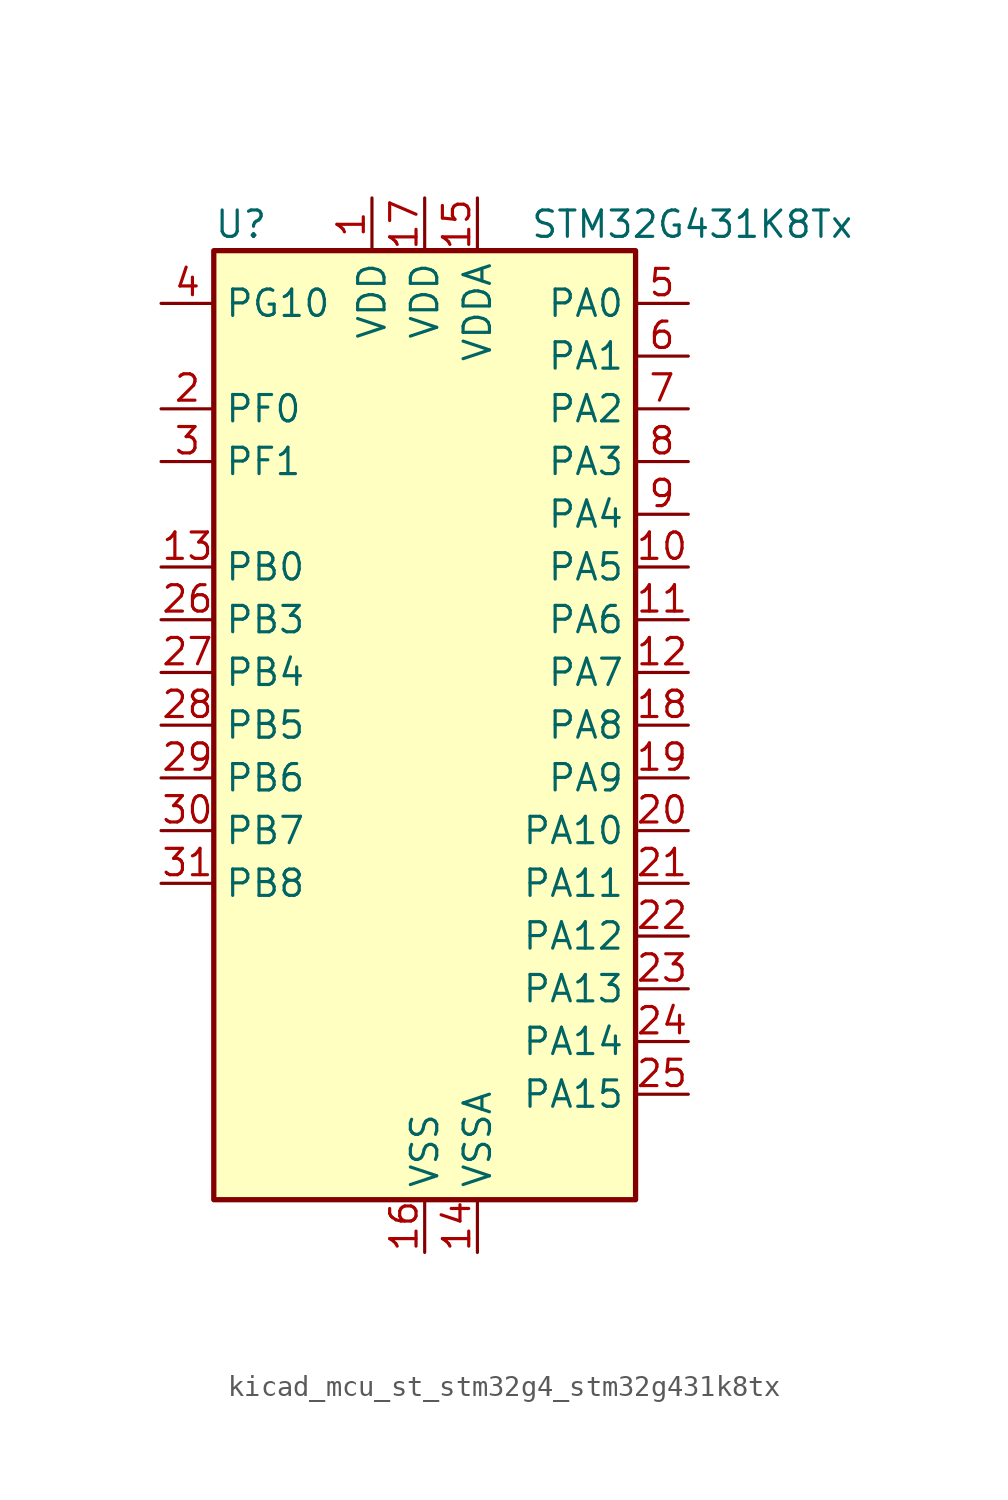
<source format=kicad_sym>
(kicad_symbol_lib
  (version 20220914)
  (generator kicad_symbol_editor)
  (symbol "kicad_mcu_st_stm32g4_stm32g431k8tx"
    (property "Reference" "U"
      (at -10.16 24.13 0)
      (effects (font (size 1.27 1.27)) (justify left)))
    (property "Value" "STM32G431K8Tx"
      (at 5.08 24.13 0)
      (effects (font (size 1.27 1.27)) (justify left)))
    (property "ki_locked" ""
      (at 0 0 0)
      (effects (font (size 1.27 1.27))))
    (symbol "kicad_mcu_st_stm32g4_stm32g431k8tx_0_1"
      (rectangle (start -10.16 -22.86) (end 10.16 22.86) (stroke (width 0.254) (type default)) (fill (type background))))
    (symbol "kicad_mcu_st_stm32g4_stm32g431k8tx_1_1"
      (pin power_in line (at -2.54 25.4 270) (length 2.54) (name "VDD" (effects (font (size 1.27 1.27)))) (number "1" (effects (font (size 1.27 1.27)))))
      (pin bidirectional line (at 12.7 7.62 180) (length 2.54) (name "PA5" (effects (font (size 1.27 1.27)))) (number "10" (effects (font (size 1.27 1.27)))) (alternate "ADC2_IN13" bidirectional line) (alternate "COMP2_INM" bidirectional line) (alternate "DAC1_OUT2" bidirectional line) (alternate "OPAMP2_VINM" bidirectional line) (alternate "OPAMP2_VINM0" bidirectional line) (alternate "OPAMP2_VINM_SEC" bidirectional line) (alternate "SPI1_SCK" bidirectional line) (alternate "TIM2_CH1" bidirectional line) (alternate "TIM2_ETR" bidirectional line) (alternate "UCPD1_FRSTX1" bidirectional line) (alternate "UCPD1_FRSTX2" bidirectional line))
      (pin bidirectional line (at 12.7 5.08 180) (length 2.54) (name "PA6" (effects (font (size 1.27 1.27)))) (number "11" (effects (font (size 1.27 1.27)))) (alternate "ADC2_IN3" bidirectional line) (alternate "COMP1_OUT" bidirectional line) (alternate "LPUART1_CTS" bidirectional line) (alternate "OPAMP2_VOUT" bidirectional line) (alternate "SPI1_MISO" bidirectional line) (alternate "TIM16_CH1" bidirectional line) (alternate "TIM1_BKIN" bidirectional line) (alternate "TIM3_CH1" bidirectional line) (alternate "TIM8_BKIN" bidirectional line))
      (pin bidirectional line (at 12.7 2.54 180) (length 2.54) (name "PA7" (effects (font (size 1.27 1.27)))) (number "12" (effects (font (size 1.27 1.27)))) (alternate "ADC2_IN4" bidirectional line) (alternate "COMP2_INP" bidirectional line) (alternate "COMP2_OUT" bidirectional line) (alternate "OPAMP1_VINP" bidirectional line) (alternate "OPAMP1_VINP_SEC" bidirectional line) (alternate "OPAMP2_VINP" bidirectional line) (alternate "OPAMP2_VINP_SEC" bidirectional line) (alternate "SPI1_MOSI" bidirectional line) (alternate "TIM17_CH1" bidirectional line) (alternate "TIM1_CH1N" bidirectional line) (alternate "TIM3_CH2" bidirectional line) (alternate "TIM8_CH1N" bidirectional line) (alternate "UCPD1_FRSTX1" bidirectional line) (alternate "UCPD1_FRSTX2" bidirectional line))
      (pin bidirectional line (at -12.7 7.62 0) (length 2.54) (name "PB0" (effects (font (size 1.27 1.27)))) (number "13" (effects (font (size 1.27 1.27)))) (alternate "ADC1_IN15" bidirectional line) (alternate "COMP4_INP" bidirectional line) (alternate "OPAMP2_VINP" bidirectional line) (alternate "OPAMP2_VINP_SEC" bidirectional line) (alternate "OPAMP3_VINP" bidirectional line) (alternate "OPAMP3_VINP_SEC" bidirectional line) (alternate "TIM1_CH2N" bidirectional line) (alternate "TIM3_CH3" bidirectional line) (alternate "TIM8_CH2N" bidirectional line) (alternate "UCPD1_FRSTX1" bidirectional line) (alternate "UCPD1_FRSTX2" bidirectional line))
      (pin power_in line (at 2.54 -25.4 90) (length 2.54) (name "VSSA" (effects (font (size 1.27 1.27)))) (number "14" (effects (font (size 1.27 1.27)))))
      (pin power_in line (at 2.54 25.4 270) (length 2.54) (name "VDDA" (effects (font (size 1.27 1.27)))) (number "15" (effects (font (size 1.27 1.27)))))
      (pin power_in line (at 0 -25.4 90) (length 2.54) (name "VSS" (effects (font (size 1.27 1.27)))) (number "16" (effects (font (size 1.27 1.27)))))
      (pin power_in line (at 0 25.4 270) (length 2.54) (name "VDD" (effects (font (size 1.27 1.27)))) (number "17" (effects (font (size 1.27 1.27)))))
      (pin bidirectional line (at 12.7 0 180) (length 2.54) (name "PA8" (effects (font (size 1.27 1.27)))) (number "18" (effects (font (size 1.27 1.27)))) (alternate "I2C2_SDA" bidirectional line) (alternate "I2C3_SCL" bidirectional line) (alternate "I2S2_MCK" bidirectional line) (alternate "RCC_MCO" bidirectional line) (alternate "SAI1_CK2" bidirectional line) (alternate "SAI1_SCK_A" bidirectional line) (alternate "TIM1_CH1" bidirectional line) (alternate "TIM4_ETR" bidirectional line) (alternate "USART1_CK" bidirectional line))
      (pin bidirectional line (at 12.7 -2.54 180) (length 2.54) (name "PA9" (effects (font (size 1.27 1.27)))) (number "19" (effects (font (size 1.27 1.27)))) (alternate "DAC1_EXTI9" bidirectional line) (alternate "DAC3_EXTI9" bidirectional line) (alternate "I2C2_SCL" bidirectional line) (alternate "I2C3_SMBA" bidirectional line) (alternate "I2S3_MCK" bidirectional line) (alternate "SAI1_FS_A" bidirectional line) (alternate "TIM15_BKIN" bidirectional line) (alternate "TIM1_CH2" bidirectional line) (alternate "TIM2_CH3" bidirectional line) (alternate "UCPD1_DBCC1" bidirectional line) (alternate "USART1_TX" bidirectional line))
      (pin bidirectional line (at -12.7 15.24 0) (length 2.54) (name "PF0" (effects (font (size 1.27 1.27)))) (number "2" (effects (font (size 1.27 1.27)))) (alternate "ADC1_IN10" bidirectional line) (alternate "I2C2_SDA" bidirectional line) (alternate "I2S2_WS" bidirectional line) (alternate "RCC_OSC_IN" bidirectional line) (alternate "SPI2_NSS" bidirectional line) (alternate "TIM1_CH3N" bidirectional line))
      (pin bidirectional line (at 12.7 -5.08 180) (length 2.54) (name "PA10" (effects (font (size 1.27 1.27)))) (number "20" (effects (font (size 1.27 1.27)))) (alternate "CRS_SYNC" bidirectional line) (alternate "DAC1_EXTI10" bidirectional line) (alternate "DAC3_EXTI10" bidirectional line) (alternate "I2C2_SMBA" bidirectional line) (alternate "SAI1_D1" bidirectional line) (alternate "SAI1_SD_A" bidirectional line) (alternate "SPI2_MISO" bidirectional line) (alternate "TIM17_BKIN" bidirectional line) (alternate "TIM1_CH3" bidirectional line) (alternate "TIM2_CH4" bidirectional line) (alternate "TIM8_BKIN" bidirectional line) (alternate "UCPD1_DBCC2" bidirectional line) (alternate "USART1_RX" bidirectional line))
      (pin bidirectional line (at 12.7 -7.62 180) (length 2.54) (name "PA11" (effects (font (size 1.27 1.27)))) (number "21" (effects (font (size 1.27 1.27)))) (alternate "ADC1_EXTI11" bidirectional line) (alternate "ADC2_EXTI11" bidirectional line) (alternate "COMP1_OUT" bidirectional line) (alternate "FDCAN1_RX" bidirectional line) (alternate "I2S2_SD" bidirectional line) (alternate "SPI2_MOSI" bidirectional line) (alternate "TIM1_BKIN2" bidirectional line) (alternate "TIM1_CH1N" bidirectional line) (alternate "TIM1_CH4" bidirectional line) (alternate "TIM4_CH1" bidirectional line) (alternate "USART1_CTS" bidirectional line) (alternate "USART1_NSS" bidirectional line) (alternate "USB_DM" bidirectional line))
      (pin bidirectional line (at 12.7 -10.16 180) (length 2.54) (name "PA12" (effects (font (size 1.27 1.27)))) (number "22" (effects (font (size 1.27 1.27)))) (alternate "COMP2_OUT" bidirectional line) (alternate "FDCAN1_TX" bidirectional line) (alternate "I2S_CKIN" bidirectional line) (alternate "TIM16_CH1" bidirectional line) (alternate "TIM1_CH2N" bidirectional line) (alternate "TIM1_ETR" bidirectional line) (alternate "TIM4_CH2" bidirectional line) (alternate "USART1_DE" bidirectional line) (alternate "USART1_RTS" bidirectional line) (alternate "USB_DP" bidirectional line))
      (pin bidirectional line (at 12.7 -12.7 180) (length 2.54) (name "PA13" (effects (font (size 1.27 1.27)))) (number "23" (effects (font (size 1.27 1.27)))) (alternate "I2C1_SCL" bidirectional line) (alternate "IR_OUT" bidirectional line) (alternate "SAI1_SD_B" bidirectional line) (alternate "SYS_JTMS-SWDIO" bidirectional line) (alternate "TIM16_CH1N" bidirectional line) (alternate "TIM4_CH3" bidirectional line))
      (pin bidirectional line (at 12.7 -15.24 180) (length 2.54) (name "PA14" (effects (font (size 1.27 1.27)))) (number "24" (effects (font (size 1.27 1.27)))) (alternate "I2C1_SDA" bidirectional line) (alternate "LPTIM1_OUT" bidirectional line) (alternate "SAI1_FS_B" bidirectional line) (alternate "SYS_JTCK-SWCLK" bidirectional line) (alternate "TIM1_BKIN" bidirectional line) (alternate "TIM8_CH2" bidirectional line) (alternate "USART2_TX" bidirectional line))
      (pin bidirectional line (at 12.7 -17.78 180) (length 2.54) (name "PA15" (effects (font (size 1.27 1.27)))) (number "25" (effects (font (size 1.27 1.27)))) (alternate "ADC1_EXTI15" bidirectional line) (alternate "ADC2_EXTI15" bidirectional line) (alternate "I2C1_SCL" bidirectional line) (alternate "I2S3_WS" bidirectional line) (alternate "SPI1_NSS" bidirectional line) (alternate "SPI3_NSS" bidirectional line) (alternate "SYS_JTDI" bidirectional line) (alternate "TIM1_BKIN" bidirectional line) (alternate "TIM2_CH1" bidirectional line) (alternate "TIM2_ETR" bidirectional line) (alternate "TIM8_CH1" bidirectional line) (alternate "USART2_RX" bidirectional line))
      (pin bidirectional line (at -12.7 5.08 0) (length 2.54) (name "PB3" (effects (font (size 1.27 1.27)))) (number "26" (effects (font (size 1.27 1.27)))) (alternate "CRS_SYNC" bidirectional line) (alternate "I2S3_CK" bidirectional line) (alternate "SAI1_SCK_B" bidirectional line) (alternate "SPI1_SCK" bidirectional line) (alternate "SPI3_SCK" bidirectional line) (alternate "SYS_JTDO-SWO" bidirectional line) (alternate "TIM2_CH2" bidirectional line) (alternate "TIM3_ETR" bidirectional line) (alternate "TIM4_ETR" bidirectional line) (alternate "TIM8_CH1N" bidirectional line) (alternate "USART2_TX" bidirectional line))
      (pin bidirectional line (at -12.7 2.54 0) (length 2.54) (name "PB4" (effects (font (size 1.27 1.27)))) (number "27" (effects (font (size 1.27 1.27)))) (alternate "SAI1_MCLK_B" bidirectional line) (alternate "SPI1_MISO" bidirectional line) (alternate "SPI3_MISO" bidirectional line) (alternate "SYS_JTRST" bidirectional line) (alternate "TIM16_CH1" bidirectional line) (alternate "TIM17_BKIN" bidirectional line) (alternate "TIM3_CH1" bidirectional line) (alternate "TIM8_CH2N" bidirectional line) (alternate "UCPD1_CC2" bidirectional line) (alternate "USART2_RX" bidirectional line))
      (pin bidirectional line (at -12.7 0 0) (length 2.54) (name "PB5" (effects (font (size 1.27 1.27)))) (number "28" (effects (font (size 1.27 1.27)))) (alternate "I2C1_SMBA" bidirectional line) (alternate "I2C3_SDA" bidirectional line) (alternate "I2S3_SD" bidirectional line) (alternate "LPTIM1_IN1" bidirectional line) (alternate "SAI1_SD_B" bidirectional line) (alternate "SPI1_MOSI" bidirectional line) (alternate "SPI3_MOSI" bidirectional line) (alternate "TIM16_BKIN" bidirectional line) (alternate "TIM17_CH1" bidirectional line) (alternate "TIM3_CH2" bidirectional line) (alternate "TIM8_CH3N" bidirectional line) (alternate "USART2_CK" bidirectional line))
      (pin bidirectional line (at -12.7 -2.54 0) (length 2.54) (name "PB6" (effects (font (size 1.27 1.27)))) (number "29" (effects (font (size 1.27 1.27)))) (alternate "COMP4_OUT" bidirectional line) (alternate "LPTIM1_ETR" bidirectional line) (alternate "SAI1_FS_B" bidirectional line) (alternate "TIM16_CH1N" bidirectional line) (alternate "TIM4_CH1" bidirectional line) (alternate "TIM8_BKIN2" bidirectional line) (alternate "TIM8_CH1" bidirectional line) (alternate "TIM8_ETR" bidirectional line) (alternate "UCPD1_CC1" bidirectional line) (alternate "USART1_TX" bidirectional line))
      (pin bidirectional line (at -12.7 12.7 0) (length 2.54) (name "PF1" (effects (font (size 1.27 1.27)))) (number "3" (effects (font (size 1.27 1.27)))) (alternate "ADC2_IN10" bidirectional line) (alternate "COMP3_INM" bidirectional line) (alternate "I2S2_CK" bidirectional line) (alternate "RCC_OSC_OUT" bidirectional line) (alternate "SPI2_SCK" bidirectional line))
      (pin bidirectional line (at -12.7 -5.08 0) (length 2.54) (name "PB7" (effects (font (size 1.27 1.27)))) (number "30" (effects (font (size 1.27 1.27)))) (alternate "COMP3_OUT" bidirectional line) (alternate "I2C1_SDA" bidirectional line) (alternate "LPTIM1_IN2" bidirectional line) (alternate "SYS_PVD_IN" bidirectional line) (alternate "TIM17_CH1N" bidirectional line) (alternate "TIM3_CH4" bidirectional line) (alternate "TIM4_CH2" bidirectional line) (alternate "TIM8_BKIN" bidirectional line) (alternate "USART1_RX" bidirectional line))
      (pin bidirectional line (at -12.7 -7.62 0) (length 2.54) (name "PB8" (effects (font (size 1.27 1.27)))) (number "31" (effects (font (size 1.27 1.27)))) (alternate "COMP1_OUT" bidirectional line) (alternate "FDCAN1_RX" bidirectional line) (alternate "I2C1_SCL" bidirectional line) (alternate "SAI1_CK1" bidirectional line) (alternate "SAI1_MCLK_A" bidirectional line) (alternate "TIM16_CH1" bidirectional line) (alternate "TIM1_BKIN" bidirectional line) (alternate "TIM4_CH3" bidirectional line) (alternate "TIM8_CH2" bidirectional line))
      (pin passive line (at 0 -25.4 90) (length 2.54) hide (name "VSS" (effects (font (size 1.27 1.27)))) (number "32" (effects (font (size 1.27 1.27)))))
      (pin bidirectional line (at -12.7 20.32 0) (length 2.54) (name "PG10" (effects (font (size 1.27 1.27)))) (number "4" (effects (font (size 1.27 1.27)))) (alternate "DAC1_EXTI10" bidirectional line) (alternate "DAC3_EXTI10" bidirectional line) (alternate "RCC_MCO" bidirectional line))
      (pin bidirectional line (at 12.7 20.32 180) (length 2.54) (name "PA0" (effects (font (size 1.27 1.27)))) (number "5" (effects (font (size 1.27 1.27)))) (alternate "ADC1_IN1" bidirectional line) (alternate "ADC2_IN1" bidirectional line) (alternate "COMP1_INM" bidirectional line) (alternate "COMP1_OUT" bidirectional line) (alternate "COMP3_INP" bidirectional line) (alternate "RTC_TAMP2" bidirectional line) (alternate "SYS_WKUP1" bidirectional line) (alternate "TIM2_CH1" bidirectional line) (alternate "TIM2_ETR" bidirectional line) (alternate "TIM8_BKIN" bidirectional line) (alternate "TIM8_ETR" bidirectional line) (alternate "USART2_CTS" bidirectional line) (alternate "USART2_NSS" bidirectional line))
      (pin bidirectional line (at 12.7 17.78 180) (length 2.54) (name "PA1" (effects (font (size 1.27 1.27)))) (number "6" (effects (font (size 1.27 1.27)))) (alternate "ADC1_IN2" bidirectional line) (alternate "ADC2_IN2" bidirectional line) (alternate "COMP1_INP" bidirectional line) (alternate "OPAMP1_VINP" bidirectional line) (alternate "OPAMP1_VINP_SEC" bidirectional line) (alternate "OPAMP3_VINP" bidirectional line) (alternate "OPAMP3_VINP_SEC" bidirectional line) (alternate "RTC_REFIN" bidirectional line) (alternate "TIM15_CH1N" bidirectional line) (alternate "TIM2_CH2" bidirectional line) (alternate "USART2_DE" bidirectional line) (alternate "USART2_RTS" bidirectional line))
      (pin bidirectional line (at 12.7 15.24 180) (length 2.54) (name "PA2" (effects (font (size 1.27 1.27)))) (number "7" (effects (font (size 1.27 1.27)))) (alternate "ADC1_IN3" bidirectional line) (alternate "COMP2_INM" bidirectional line) (alternate "COMP2_OUT" bidirectional line) (alternate "LPUART1_TX" bidirectional line) (alternate "OPAMP1_VOUT" bidirectional line) (alternate "RCC_LSCO" bidirectional line) (alternate "SYS_WKUP4" bidirectional line) (alternate "TIM15_CH1" bidirectional line) (alternate "TIM2_CH3" bidirectional line) (alternate "UCPD1_FRSTX1" bidirectional line) (alternate "UCPD1_FRSTX2" bidirectional line) (alternate "USART2_TX" bidirectional line))
      (pin bidirectional line (at 12.7 12.7 180) (length 2.54) (name "PA3" (effects (font (size 1.27 1.27)))) (number "8" (effects (font (size 1.27 1.27)))) (alternate "ADC1_IN4" bidirectional line) (alternate "COMP2_INP" bidirectional line) (alternate "LPUART1_RX" bidirectional line) (alternate "OPAMP1_VINM" bidirectional line) (alternate "OPAMP1_VINM0" bidirectional line) (alternate "OPAMP1_VINM_SEC" bidirectional line) (alternate "OPAMP1_VINP" bidirectional line) (alternate "OPAMP1_VINP_SEC" bidirectional line) (alternate "SAI1_CK1" bidirectional line) (alternate "SAI1_MCLK_A" bidirectional line) (alternate "TIM15_CH2" bidirectional line) (alternate "TIM2_CH4" bidirectional line) (alternate "USART2_RX" bidirectional line))
      (pin bidirectional line (at 12.7 10.16 180) (length 2.54) (name "PA4" (effects (font (size 1.27 1.27)))) (number "9" (effects (font (size 1.27 1.27)))) (alternate "ADC2_IN17" bidirectional line) (alternate "COMP1_INM" bidirectional line) (alternate "DAC1_OUT1" bidirectional line) (alternate "I2S3_WS" bidirectional line) (alternate "SAI1_FS_B" bidirectional line) (alternate "SPI1_NSS" bidirectional line) (alternate "SPI3_NSS" bidirectional line) (alternate "TIM3_CH2" bidirectional line) (alternate "USART2_CK" bidirectional line)))))
</source>
